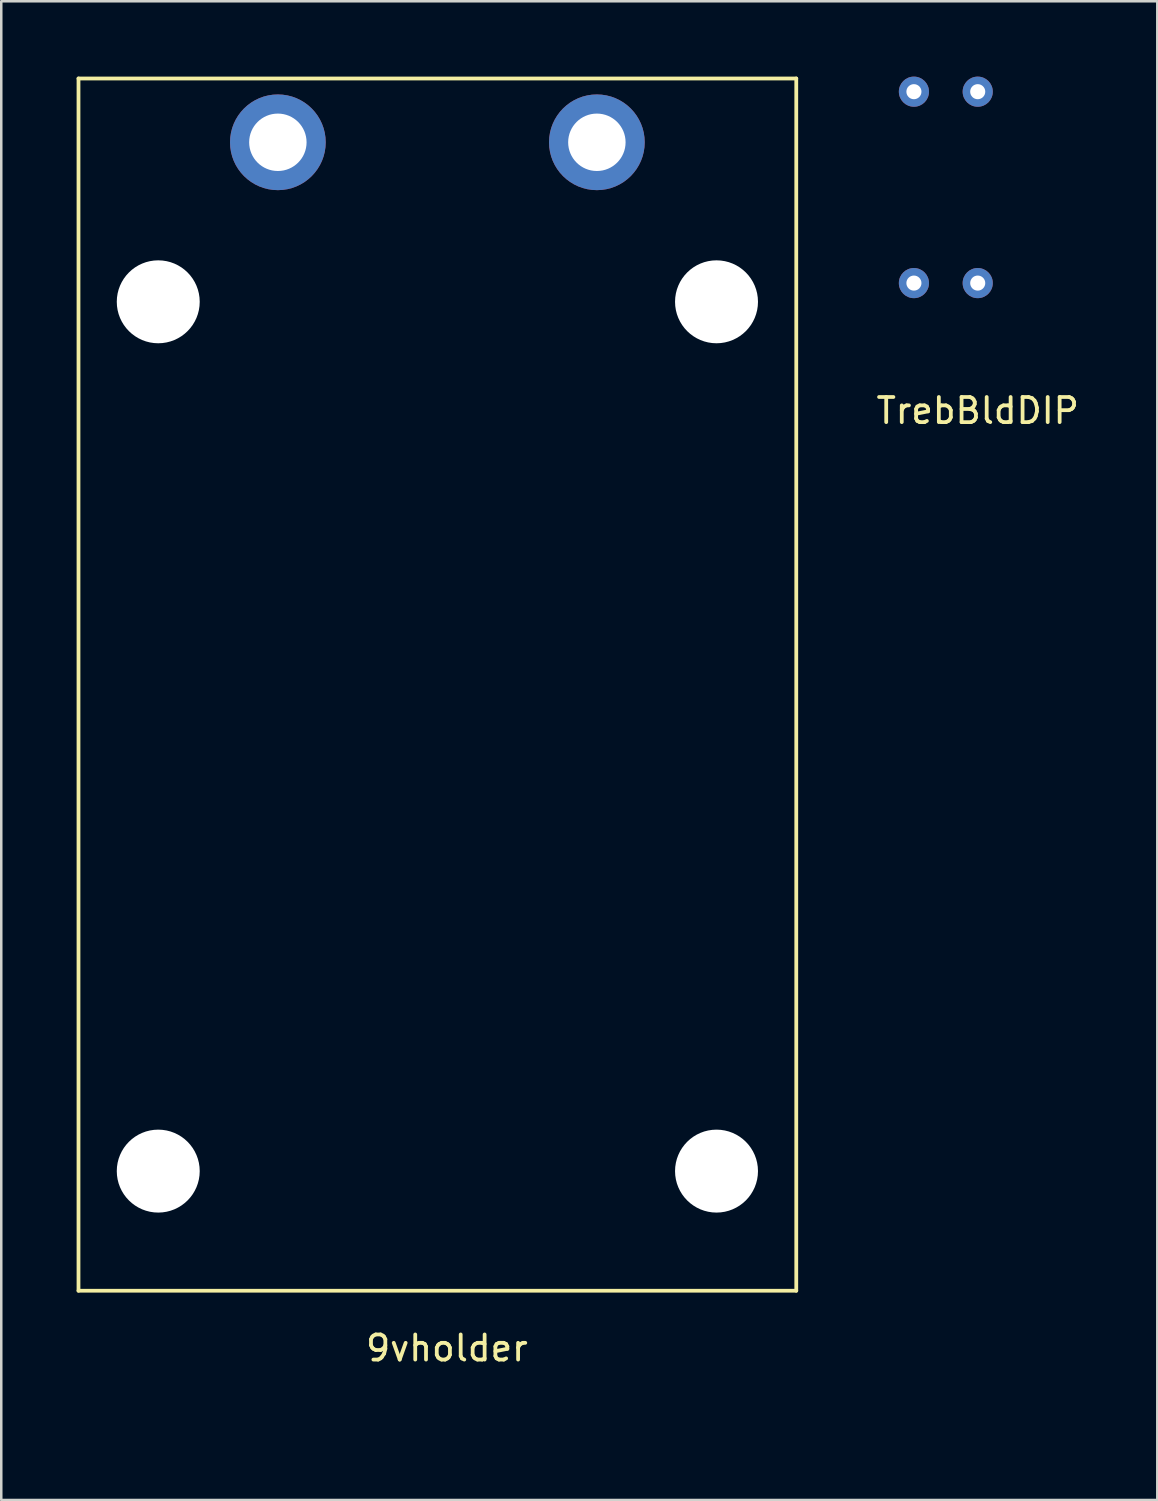
<source format=kicad_pcb>
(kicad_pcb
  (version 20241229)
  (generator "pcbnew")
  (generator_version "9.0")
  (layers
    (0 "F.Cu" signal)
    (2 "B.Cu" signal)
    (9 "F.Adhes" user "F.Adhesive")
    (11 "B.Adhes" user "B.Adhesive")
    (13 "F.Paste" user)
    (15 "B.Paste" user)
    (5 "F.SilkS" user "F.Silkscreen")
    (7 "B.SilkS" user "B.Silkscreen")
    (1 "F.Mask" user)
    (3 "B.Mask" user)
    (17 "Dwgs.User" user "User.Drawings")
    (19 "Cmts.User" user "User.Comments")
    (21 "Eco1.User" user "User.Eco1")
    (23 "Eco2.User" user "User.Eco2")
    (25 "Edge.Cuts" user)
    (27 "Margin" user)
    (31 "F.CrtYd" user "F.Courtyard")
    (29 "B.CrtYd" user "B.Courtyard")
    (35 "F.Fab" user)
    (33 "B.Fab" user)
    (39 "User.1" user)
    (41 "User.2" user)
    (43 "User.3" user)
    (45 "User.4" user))
  (footprint "TrebBldDIP"
    (layer "F.Cu")
    (at 35.874 13.3)
    (property "Reference" "TrebBldDIP" (at 0 0 0) (layer "F.SilkS") (effects (font (size 1 1) (thickness 0.15))))
    (attr through_hole)
    (pad "1" thru_hole circle (at -2.54 -12.7) (size 1.2 1.2) (drill 0.6) (layers "*.Cu" "*.Mask"))
    (pad "2" thru_hole circle (at -2.54 -5.08) (size 1.2 1.2) (drill 0.6) (layers "*.Cu" "*.Mask"))
    (pad "3" thru_hole circle (at 0 -12.7) (size 1.2 1.2) (drill 0.6) (layers "*.Cu" "*.Mask"))
    (pad "4" thru_hole circle (at 0 -5.08) (size 1.2 1.2) (drill 0.6) (layers "*.Cu" "*.Mask")))
  (footprint "9vholder"
    (layer "F.Cu")
    (at 20.712 53.415)
    (property "Reference" "9vholder" (at -5.969 -2.794 0) (layer "F.SilkS") (effects (font (size 1 1) (thickness 0.15))))
    (attr through_hole)
    (fp_line (start -20.637 -53.34) (end -20.637 -5.08) (stroke (width 0.15) (type solid)) (layer "F.SilkS"))
    (fp_line (start -20.637 -5.08) (end 7.938 -5.08) (stroke (width 0.15) (type solid)) (layer "F.SilkS"))
    (fp_line (start 7.938 -53.34) (end -20.637 -53.34) (stroke (width 0.15) (type solid)) (layer "F.SilkS"))
    (fp_line (start 7.938 -5.08) (end 7.938 -53.34) (stroke (width 0.15) (type solid)) (layer "F.SilkS"))
    (pad "" np_thru_hole circle (at -17.462 -44.45) (size 3.302 3.302) (drill 3.302) (layers "*.Cu" "*.Mask"))
    (pad "" np_thru_hole circle (at -17.462 -9.842) (size 3.302 3.302) (drill 3.302) (layers "*.Cu" "*.Mask"))
    (pad "" np_thru_hole circle (at 4.763 -44.45) (size 3.302 3.302) (drill 3.302) (layers "*.Cu" "*.Mask"))
    (pad "" np_thru_hole circle (at 4.763 -9.842) (size 3.302 3.302) (drill 3.302) (layers "*.Cu" "*.Mask"))
    (pad "1" thru_hole circle (at 0 -50.8) (size 3.81 3.81) (drill 2.286) (layers "*.Cu" "*.Mask"))
    (pad "2" thru_hole circle (at -12.7 -50.8) (size 3.81 3.81) (drill 2.286) (layers "*.Cu" "*.Mask")))
  (gr_rect
    (start -3 -3)
    (end 43.023 56.665)
    (stroke (width 0.1) (type default))
    (fill no)
    (layer "Edge.Cuts")))
</source>
